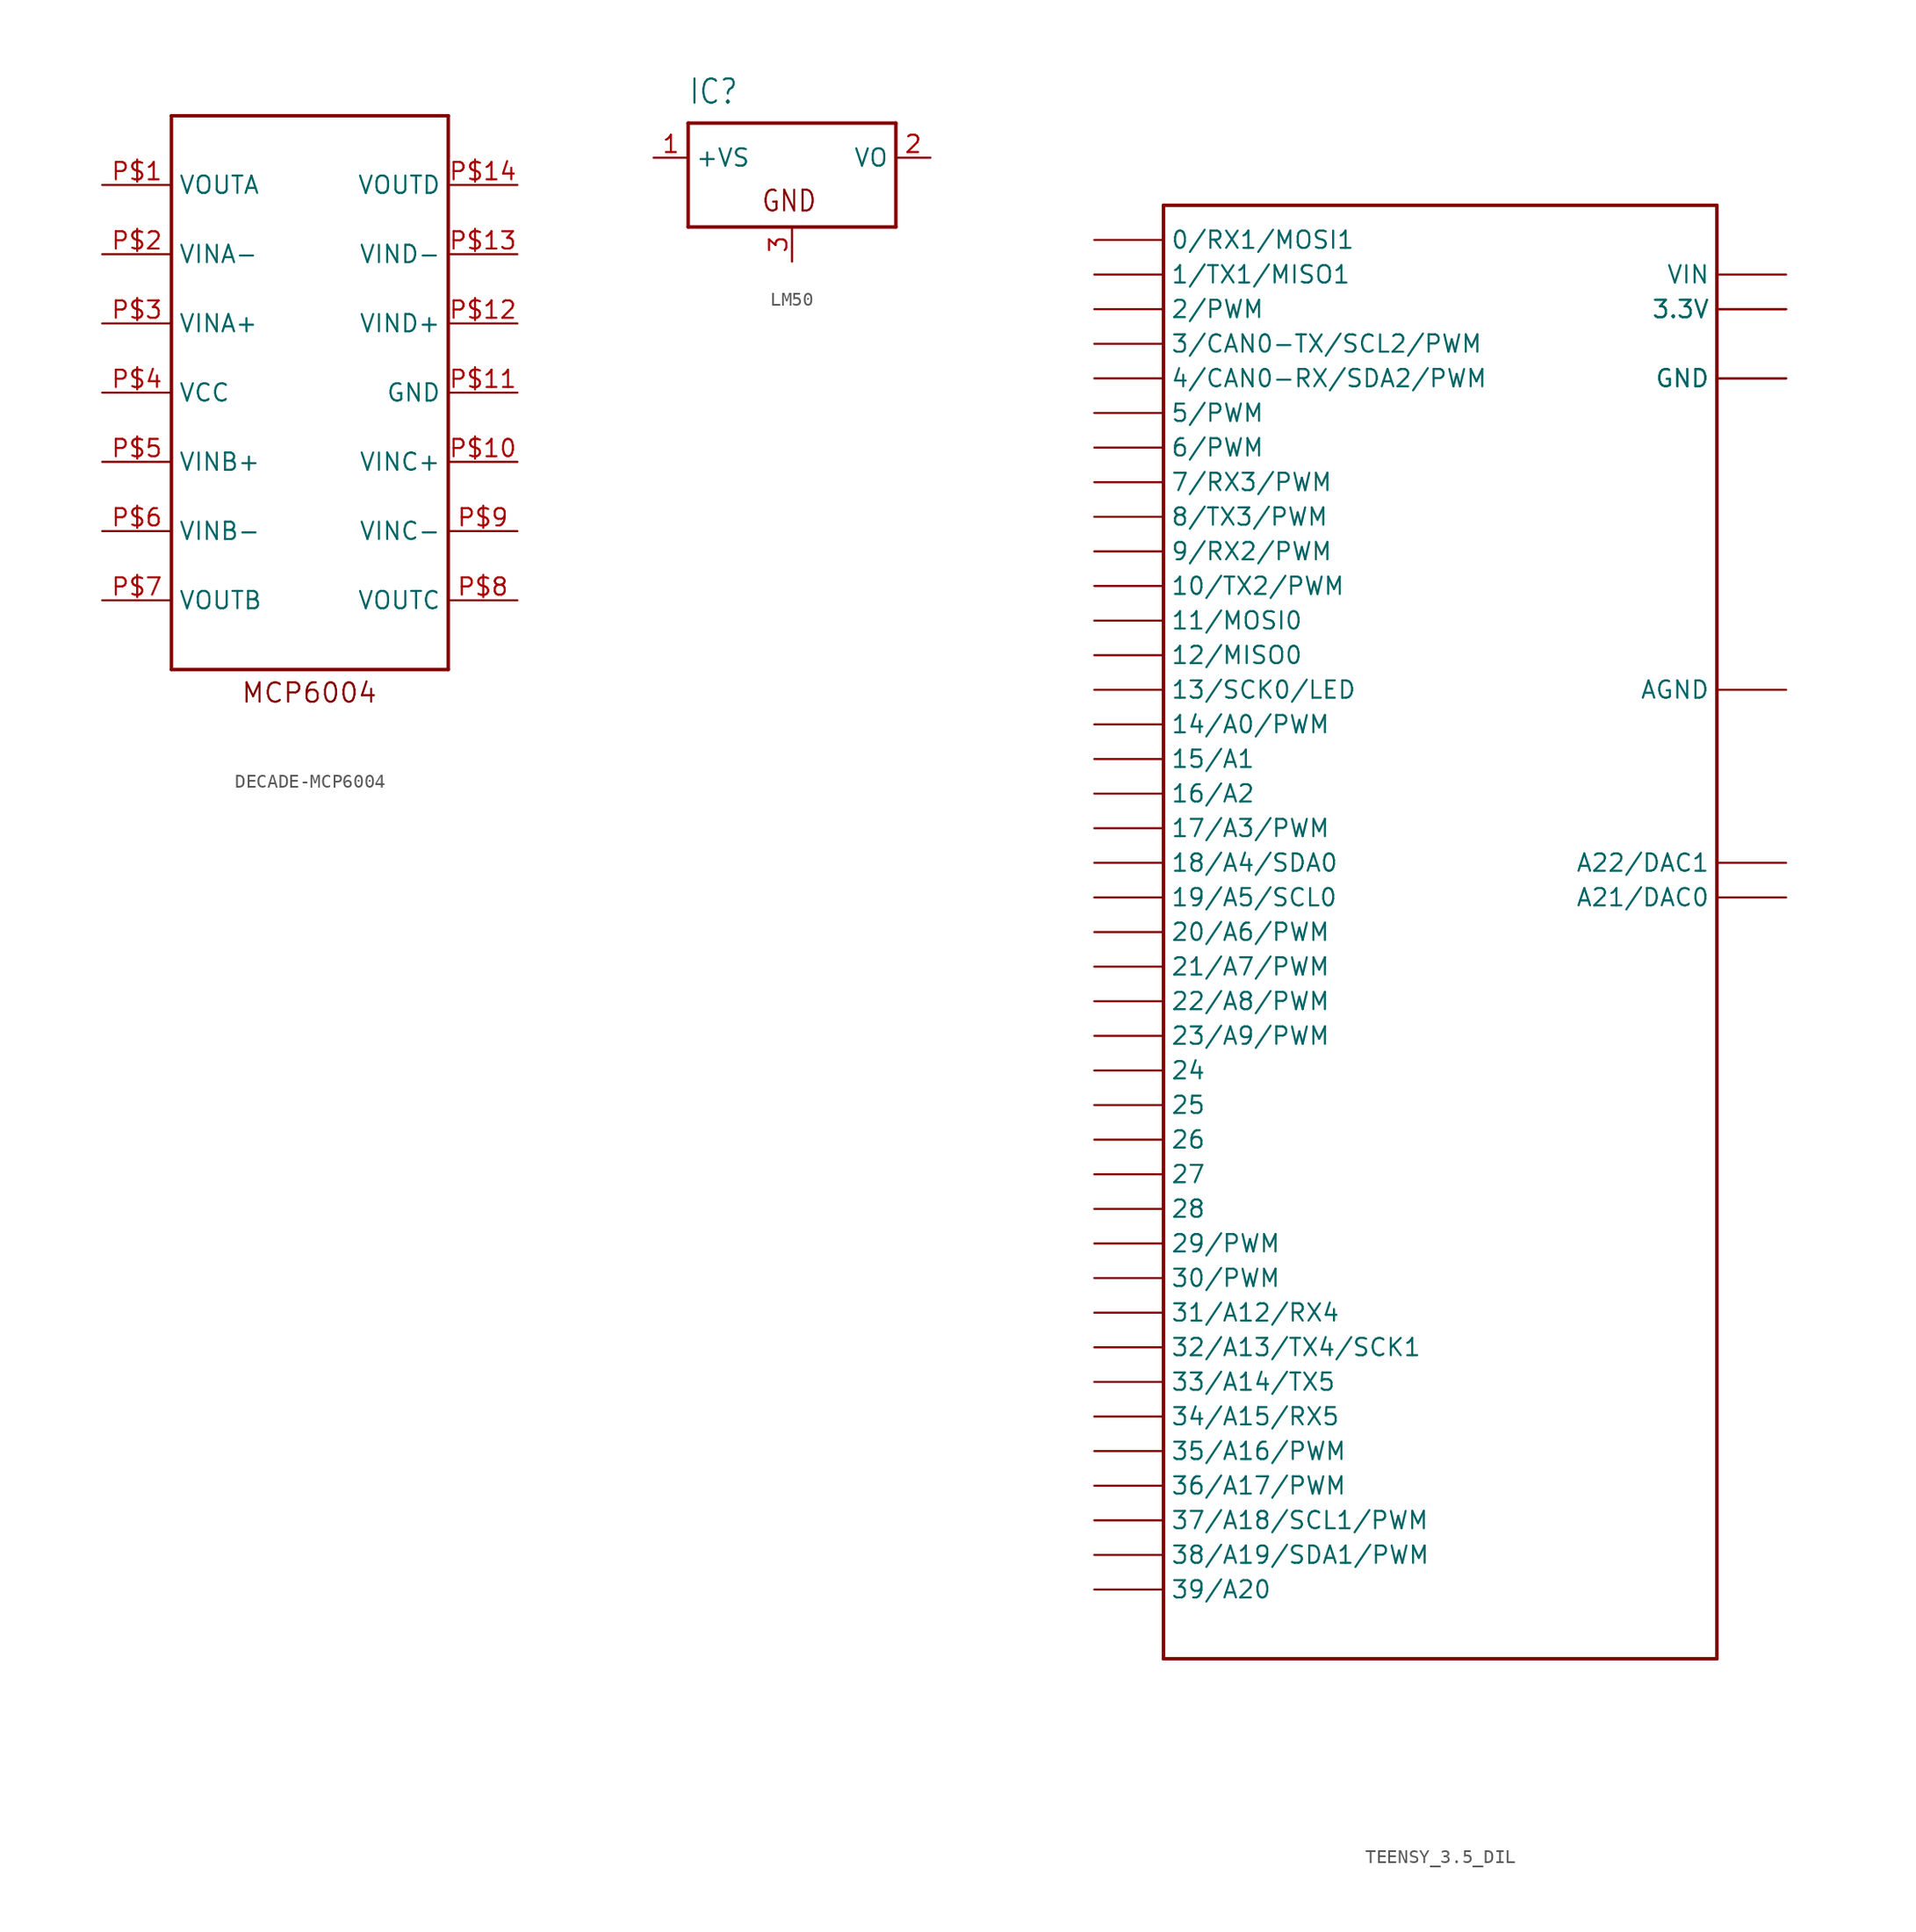
<source format=kicad_sym>
(kicad_symbol_lib
  (version 20220914)
  (generator kicad_symbol_editor)
  (symbol "DECADE-MCP6004"
    (property "Reference" ""
      (at 0 0 0)
      (effects (font (size 1.27 1.27)) hide))
    (property "ki_locked" ""
      (at 0 0 0)
      (effects (font (size 1.27 1.27))))
    (symbol "DECADE-MCP6004_1_0"
      (polyline (pts (xy -5.08 -20.32) (xy 15.24 -20.32)) (stroke (width 0.254) (type solid)) (fill (type none)))
      (polyline (pts (xy -5.08 20.32) (xy -5.08 -20.32)) (stroke (width 0.254) (type solid)) (fill (type none)))
      (polyline (pts (xy 15.24 -20.32) (xy 15.24 20.32)) (stroke (width 0.254) (type solid)) (fill (type none)))
      (polyline (pts (xy 15.24 20.32) (xy -5.08 20.32)) (stroke (width 0.254) (type solid)) (fill (type none)))
      (text "MCP6004" (at 0 -22.86 0) (effects (font (size 1.422 1.422)) (justify left bottom)))
      (pin bidirectional line (at -10.16 15.24 0) (length 5.08) (name "VOUTA" (effects (font (size 1.27 1.27)))) (number "P$1" (effects (font (size 1.27 1.27)))))
      (pin bidirectional line (at 20.32 -5.08 180) (length 5.08) (name "VINC+" (effects (font (size 1.27 1.27)))) (number "P$10" (effects (font (size 1.27 1.27)))))
      (pin bidirectional line (at 20.32 0 180) (length 5.08) (name "GND" (effects (font (size 1.27 1.27)))) (number "P$11" (effects (font (size 1.27 1.27)))))
      (pin bidirectional line (at 20.32 5.08 180) (length 5.08) (name "VIND+" (effects (font (size 1.27 1.27)))) (number "P$12" (effects (font (size 1.27 1.27)))))
      (pin bidirectional line (at 20.32 10.16 180) (length 5.08) (name "VIND-" (effects (font (size 1.27 1.27)))) (number "P$13" (effects (font (size 1.27 1.27)))))
      (pin bidirectional line (at 20.32 15.24 180) (length 5.08) (name "VOUTD" (effects (font (size 1.27 1.27)))) (number "P$14" (effects (font (size 1.27 1.27)))))
      (pin bidirectional line (at -10.16 10.16 0) (length 5.08) (name "VINA-" (effects (font (size 1.27 1.27)))) (number "P$2" (effects (font (size 1.27 1.27)))))
      (pin bidirectional line (at -10.16 5.08 0) (length 5.08) (name "VINA+" (effects (font (size 1.27 1.27)))) (number "P$3" (effects (font (size 1.27 1.27)))))
      (pin bidirectional line (at -10.16 0 0) (length 5.08) (name "VCC" (effects (font (size 1.27 1.27)))) (number "P$4" (effects (font (size 1.27 1.27)))))
      (pin bidirectional line (at -10.16 -5.08 0) (length 5.08) (name "VINB+" (effects (font (size 1.27 1.27)))) (number "P$5" (effects (font (size 1.27 1.27)))))
      (pin bidirectional line (at -10.16 -10.16 0) (length 5.08) (name "VINB-" (effects (font (size 1.27 1.27)))) (number "P$6" (effects (font (size 1.27 1.27)))))
      (pin bidirectional line (at -10.16 -15.24 0) (length 5.08) (name "VOUTB" (effects (font (size 1.27 1.27)))) (number "P$7" (effects (font (size 1.27 1.27)))))
      (pin bidirectional line (at 20.32 -15.24 180) (length 5.08) (name "VOUTC" (effects (font (size 1.27 1.27)))) (number "P$8" (effects (font (size 1.27 1.27)))))
      (pin bidirectional line (at 20.32 -10.16 180) (length 5.08) (name "VINC-" (effects (font (size 1.27 1.27)))) (number "P$9" (effects (font (size 1.27 1.27)))))))
  (symbol "LM50"
    (property "Reference" "IC"
      (at -7.62 3.81 0)
      (effects (font (size 1.778 1.511)) (justify left bottom)))
    (property "Value" ""
      (at 2.54 -7.62 0)
      (effects (font (size 1.778 1.511)) (justify left bottom)))
    (property "ki_locked" ""
      (at 0 0 0)
      (effects (font (size 1.27 1.27))))
    (symbol "LM50_1_0"
      (polyline (pts (xy -7.62 -5.08) (xy -7.62 2.54)) (stroke (width 0.254) (type solid)) (fill (type none)))
      (polyline (pts (xy -7.62 2.54) (xy 7.62 2.54)) (stroke (width 0.254) (type solid)) (fill (type none)))
      (polyline (pts (xy 7.62 -5.08) (xy -7.62 -5.08)) (stroke (width 0.254) (type solid)) (fill (type none)))
      (polyline (pts (xy 7.62 2.54) (xy 7.62 -5.08)) (stroke (width 0.254) (type solid)) (fill (type none)))
      (text "GND" (at -2.286 -4.064 0) (effects (font (size 1.524 1.295)) (justify left bottom)))
      (pin input line (at -10.16 0 0) (length 2.54) (name "+VS" (effects (font (size 1.27 1.27)))) (number "1" (effects (font (size 1.27 1.27)))))
      (pin input line (at 10.16 0 180) (length 2.54) (name "VO" (effects (font (size 1.27 1.27)))) (number "2" (effects (font (size 1.27 1.27)))))
      (pin power_in line (at 0 -7.62 90) (length 2.54) (name "GND" (effects (font (size 0 0)))) (number "3" (effects (font (size 1.27 1.27)))))))
  (symbol "TEENSY_3.5_DIL"
    (property "Reference" ""
      (at -5.588 54.61 0)
      (effects (font (size 1.27 1.27) bold) (justify left bottom) hide))
    (property "Value" ""
      (at -2.794 -55.88 0)
      (effects (font (size 1.27 1.27) bold) (justify left bottom)))
    (property "ki_locked" ""
      (at 0 0 0)
      (effects (font (size 1.27 1.27))))
    (symbol "TEENSY_3.5_DIL_1_0"
      (polyline (pts (xy -20.32 -53.34) (xy 20.32 -53.34)) (stroke (width 0.254) (type solid)) (fill (type none)))
      (polyline (pts (xy -20.32 53.34) (xy -20.32 -53.34)) (stroke (width 0.254) (type solid)) (fill (type none)))
      (polyline (pts (xy 20.32 -53.34) (xy 20.32 53.34)) (stroke (width 0.254) (type solid)) (fill (type none)))
      (polyline (pts (xy 20.32 53.34) (xy -20.32 53.34)) (stroke (width 0.254) (type solid)) (fill (type none)))
      (pin bidirectional line (at -25.4 50.8 0) (length 5.08) (name "0/RX1/MOSI1" (effects (font (size 1.27 1.27)))) (number "0" (effects (font (size 0 0)))))
      (pin bidirectional line (at -25.4 48.26 0) (length 5.08) (name "1/TX1/MISO1" (effects (font (size 1.27 1.27)))) (number "1" (effects (font (size 0 0)))))
      (pin bidirectional line (at -25.4 25.4 0) (length 5.08) (name "10/TX2/PWM" (effects (font (size 1.27 1.27)))) (number "10" (effects (font (size 0 0)))))
      (pin bidirectional line (at -25.4 22.86 0) (length 5.08) (name "11/MOSI0" (effects (font (size 1.27 1.27)))) (number "11" (effects (font (size 0 0)))))
      (pin bidirectional line (at -25.4 20.32 0) (length 5.08) (name "12/MISO0" (effects (font (size 1.27 1.27)))) (number "12" (effects (font (size 0 0)))))
      (pin bidirectional line (at -25.4 17.78 0) (length 5.08) (name "13/SCK0/LED" (effects (font (size 1.27 1.27)))) (number "13" (effects (font (size 0 0)))))
      (pin bidirectional line (at -25.4 15.24 0) (length 5.08) (name "14/A0/PWM" (effects (font (size 1.27 1.27)))) (number "14/A0" (effects (font (size 0 0)))))
      (pin bidirectional line (at -25.4 12.7 0) (length 5.08) (name "15/A1" (effects (font (size 1.27 1.27)))) (number "15/A1" (effects (font (size 0 0)))))
      (pin bidirectional line (at -25.4 10.16 0) (length 5.08) (name "16/A2" (effects (font (size 1.27 1.27)))) (number "16/A2" (effects (font (size 0 0)))))
      (pin bidirectional line (at -25.4 7.62 0) (length 5.08) (name "17/A3/PWM" (effects (font (size 1.27 1.27)))) (number "17/A3" (effects (font (size 0 0)))))
      (pin bidirectional line (at -25.4 5.08 0) (length 5.08) (name "18/A4/SDA0" (effects (font (size 1.27 1.27)))) (number "18/A4" (effects (font (size 0 0)))))
      (pin bidirectional line (at -25.4 2.54 0) (length 5.08) (name "19/A5/SCL0" (effects (font (size 1.27 1.27)))) (number "19/A5" (effects (font (size 0 0)))))
      (pin bidirectional line (at -25.4 45.72 0) (length 5.08) (name "2/PWM" (effects (font (size 1.27 1.27)))) (number "2" (effects (font (size 0 0)))))
      (pin bidirectional line (at -25.4 0 0) (length 5.08) (name "20/A6/PWM" (effects (font (size 1.27 1.27)))) (number "20/A6" (effects (font (size 0 0)))))
      (pin bidirectional line (at -25.4 -2.54 0) (length 5.08) (name "21/A7/PWM" (effects (font (size 1.27 1.27)))) (number "21/A7" (effects (font (size 0 0)))))
      (pin bidirectional line (at -25.4 -5.08 0) (length 5.08) (name "22/A8/PWM" (effects (font (size 1.27 1.27)))) (number "22/A8" (effects (font (size 0 0)))))
      (pin bidirectional line (at -25.4 -7.62 0) (length 5.08) (name "23/A9/PWM" (effects (font (size 1.27 1.27)))) (number "23/A9" (effects (font (size 0 0)))))
      (pin bidirectional line (at -25.4 -10.16 0) (length 5.08) (name "24" (effects (font (size 1.27 1.27)))) (number "24" (effects (font (size 0 0)))))
      (pin bidirectional line (at -25.4 -12.7 0) (length 5.08) (name "25" (effects (font (size 1.27 1.27)))) (number "25" (effects (font (size 0 0)))))
      (pin bidirectional line (at -25.4 -15.24 0) (length 5.08) (name "26" (effects (font (size 1.27 1.27)))) (number "26" (effects (font (size 0 0)))))
      (pin bidirectional line (at -25.4 -17.78 0) (length 5.08) (name "27" (effects (font (size 1.27 1.27)))) (number "27" (effects (font (size 0 0)))))
      (pin bidirectional line (at -25.4 -20.32 0) (length 5.08) (name "28" (effects (font (size 1.27 1.27)))) (number "28" (effects (font (size 0 0)))))
      (pin bidirectional line (at -25.4 -22.86 0) (length 5.08) (name "29/PWM" (effects (font (size 1.27 1.27)))) (number "29" (effects (font (size 0 0)))))
      (pin bidirectional line (at -25.4 43.18 0) (length 5.08) (name "3/CAN0-TX/SCL2/PWM" (effects (font (size 1.27 1.27)))) (number "3" (effects (font (size 0 0)))))
      (pin power_in line (at 25.4 45.72 180) (length 5.08) (name "3.3V" (effects (font (size 1.27 1.27)))) (number "3.3V" (effects (font (size 0 0)))))
      (pin power_in line (at 25.4 45.72 180) (length 5.08) (name "3.3V" (effects (font (size 1.27 1.27)))) (number "3.3V3" (effects (font (size 0 0)))))
      (pin bidirectional line (at -25.4 -25.4 0) (length 5.08) (name "30/PWM" (effects (font (size 1.27 1.27)))) (number "30" (effects (font (size 0 0)))))
      (pin bidirectional line (at -25.4 -27.94 0) (length 5.08) (name "31/A12/RX4" (effects (font (size 1.27 1.27)))) (number "31/A12" (effects (font (size 0 0)))))
      (pin bidirectional line (at -25.4 -30.48 0) (length 5.08) (name "32/A13/TX4/SCK1" (effects (font (size 1.27 1.27)))) (number "32/A13" (effects (font (size 0 0)))))
      (pin bidirectional line (at -25.4 -33.02 0) (length 5.08) (name "33/A14/TX5" (effects (font (size 1.27 1.27)))) (number "33/A14" (effects (font (size 0 0)))))
      (pin bidirectional line (at -25.4 -35.56 0) (length 5.08) (name "34/A15/RX5" (effects (font (size 1.27 1.27)))) (number "34/A15" (effects (font (size 0 0)))))
      (pin bidirectional line (at -25.4 -38.1 0) (length 5.08) (name "35/A16/PWM" (effects (font (size 1.27 1.27)))) (number "35/A16" (effects (font (size 0 0)))))
      (pin bidirectional line (at -25.4 -40.64 0) (length 5.08) (name "36/A17/PWM" (effects (font (size 1.27 1.27)))) (number "36/A17" (effects (font (size 0 0)))))
      (pin bidirectional line (at -25.4 -43.18 0) (length 5.08) (name "37/A18/SCL1/PWM" (effects (font (size 1.27 1.27)))) (number "37/A18" (effects (font (size 0 0)))))
      (pin bidirectional line (at -25.4 -45.72 0) (length 5.08) (name "38/A19/SDA1/PWM" (effects (font (size 1.27 1.27)))) (number "38/A19" (effects (font (size 0 0)))))
      (pin bidirectional line (at -25.4 -48.26 0) (length 5.08) (name "39/A20" (effects (font (size 1.27 1.27)))) (number "39/A20" (effects (font (size 0 0)))))
      (pin bidirectional line (at -25.4 40.64 0) (length 5.08) (name "4/CAN0-RX/SDA2/PWM" (effects (font (size 1.27 1.27)))) (number "4" (effects (font (size 0 0)))))
      (pin bidirectional line (at -25.4 38.1 0) (length 5.08) (name "5/PWM" (effects (font (size 1.27 1.27)))) (number "5" (effects (font (size 0 0)))))
      (pin bidirectional line (at -25.4 35.56 0) (length 5.08) (name "6/PWM" (effects (font (size 1.27 1.27)))) (number "6" (effects (font (size 0 0)))))
      (pin bidirectional line (at -25.4 33.02 0) (length 5.08) (name "7/RX3/PWM" (effects (font (size 1.27 1.27)))) (number "7" (effects (font (size 0 0)))))
      (pin bidirectional line (at -25.4 30.48 0) (length 5.08) (name "8/TX3/PWM" (effects (font (size 1.27 1.27)))) (number "8" (effects (font (size 0 0)))))
      (pin bidirectional line (at -25.4 27.94 0) (length 5.08) (name "9/RX2/PWM" (effects (font (size 1.27 1.27)))) (number "9" (effects (font (size 0 0)))))
      (pin bidirectional line (at 25.4 2.54 180) (length 5.08) (name "A21/DAC0" (effects (font (size 1.27 1.27)))) (number "A21" (effects (font (size 0 0)))))
      (pin bidirectional line (at 25.4 5.08 180) (length 5.08) (name "A22/DAC1" (effects (font (size 1.27 1.27)))) (number "A22" (effects (font (size 0 0)))))
      (pin power_in line (at 25.4 17.78 180) (length 5.08) (name "AGND" (effects (font (size 1.27 1.27)))) (number "AGND" (effects (font (size 0 0)))))
      (pin power_in line (at 25.4 40.64 180) (length 5.08) (name "GND" (effects (font (size 1.27 1.27)))) (number "GND" (effects (font (size 0 0)))))
      (pin power_in line (at 25.4 40.64 180) (length 5.08) (name "GND" (effects (font (size 1.27 1.27)))) (number "GND1" (effects (font (size 0 0)))))
      (pin power_in line (at 25.4 48.26 180) (length 5.08) (name "VIN" (effects (font (size 1.27 1.27)))) (number "VIN" (effects (font (size 0 0))))))))
</source>
